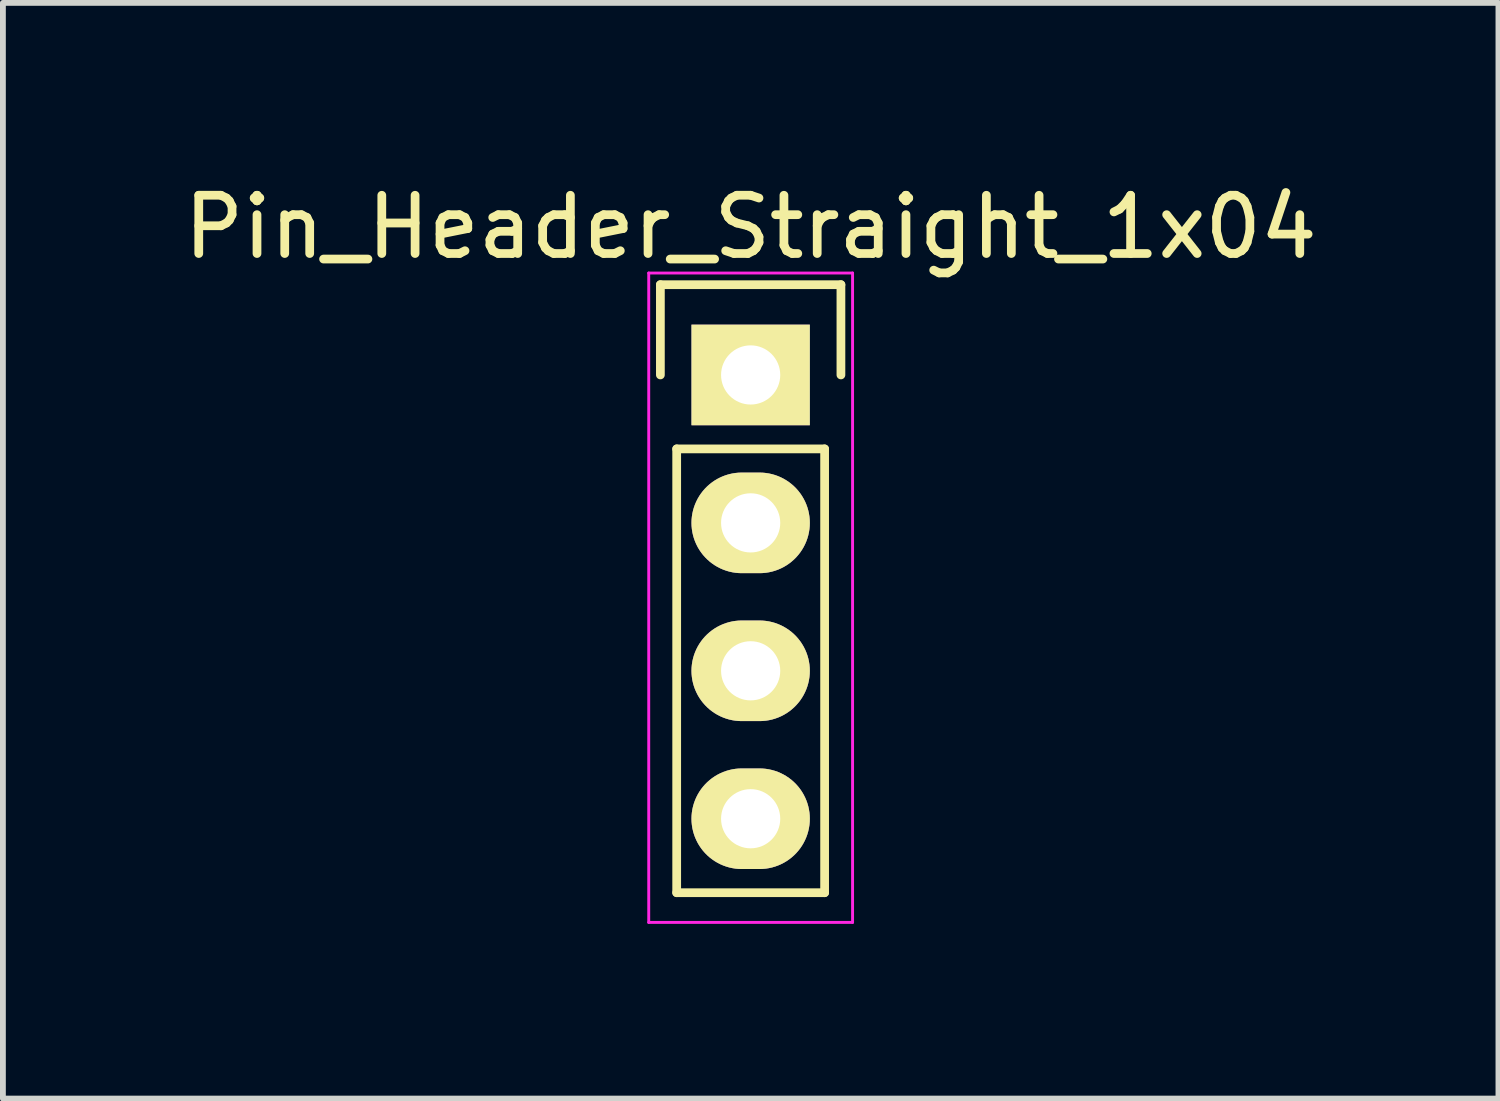
<source format=kicad_pcb>
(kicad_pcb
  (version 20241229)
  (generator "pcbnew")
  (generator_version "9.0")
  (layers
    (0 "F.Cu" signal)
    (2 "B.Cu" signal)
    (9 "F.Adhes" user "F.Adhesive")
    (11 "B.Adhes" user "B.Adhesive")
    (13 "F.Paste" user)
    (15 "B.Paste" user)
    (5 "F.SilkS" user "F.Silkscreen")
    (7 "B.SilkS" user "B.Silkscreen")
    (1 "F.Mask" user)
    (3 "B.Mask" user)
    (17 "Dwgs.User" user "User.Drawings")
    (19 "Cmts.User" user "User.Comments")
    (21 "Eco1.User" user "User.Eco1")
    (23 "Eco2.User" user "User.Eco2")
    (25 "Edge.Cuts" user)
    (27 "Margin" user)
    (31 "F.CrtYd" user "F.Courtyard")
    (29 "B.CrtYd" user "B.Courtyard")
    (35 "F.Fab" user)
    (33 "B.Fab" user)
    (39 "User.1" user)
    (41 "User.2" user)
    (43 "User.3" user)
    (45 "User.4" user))
  (footprint "Pin_Header_Straight_1x04"
    (layer "F.Cu")
    (at 9.839 3.388)
    (property "Reference" "Pin_Header_Straight_1x04" (at 0 -2.54 0) (layer "F.SilkS") (effects (font (size 1 1) (thickness 0.15))))
    (attr through_hole)
    (fp_line (start -1.55 -1.55) (end 1.55 -1.55) (stroke (width 0.15) (type solid)) (layer "F.SilkS"))
    (fp_line (start -1.55 0) (end -1.55 -1.55) (stroke (width 0.15) (type solid)) (layer "F.SilkS"))
    (fp_line (start -1.27 1.27) (end -1.27 8.89) (stroke (width 0.15) (type solid)) (layer "F.SilkS"))
    (fp_line (start -1.27 8.89) (end 1.27 8.89) (stroke (width 0.15) (type solid)) (layer "F.SilkS"))
    (fp_line (start 1.27 1.27) (end -1.27 1.27) (stroke (width 0.15) (type solid)) (layer "F.SilkS"))
    (fp_line (start 1.27 1.27) (end 1.27 8.89) (stroke (width 0.15) (type solid)) (layer "F.SilkS"))
    (fp_line (start 1.55 -1.55) (end 1.55 0) (stroke (width 0.15) (type solid)) (layer "F.SilkS"))
    (fp_line (start -1.75 -1.75) (end -1.75 9.4) (stroke (width 0.05) (type solid)) (layer "F.CrtYd"))
    (fp_line (start -1.75 -1.75) (end 1.75 -1.75) (stroke (width 0.05) (type solid)) (layer "F.CrtYd"))
    (fp_line (start -1.75 9.4) (end 1.75 9.4) (stroke (width 0.05) (type solid)) (layer "F.CrtYd"))
    (fp_line (start 1.75 -1.75) (end 1.75 9.4) (stroke (width 0.05) (type solid)) (layer "F.CrtYd"))
    (pad "1" thru_hole rect (at 0 0) (size 2.032 1.727) (drill 1.016) (layers "*.Cu" "*.Mask" "F.SilkS"))
    (pad "2" thru_hole oval (at 0 2.54) (size 2.032 1.727) (drill 1.016) (layers "*.Cu" "*.Mask" "F.SilkS"))
    (pad "3" thru_hole oval (at 0 5.08) (size 2.032 1.727) (drill 1.016) (layers "*.Cu" "*.Mask" "F.SilkS"))
    (pad "4" thru_hole oval (at 0 7.62) (size 2.032 1.727) (drill 1.016) (layers "*.Cu" "*.Mask" "F.SilkS")))
  (gr_rect
    (start -3 -3)
    (end 22.679 15.813)
    (stroke (width 0.1) (type default))
    (fill no)
    (layer "Edge.Cuts")))
</source>
